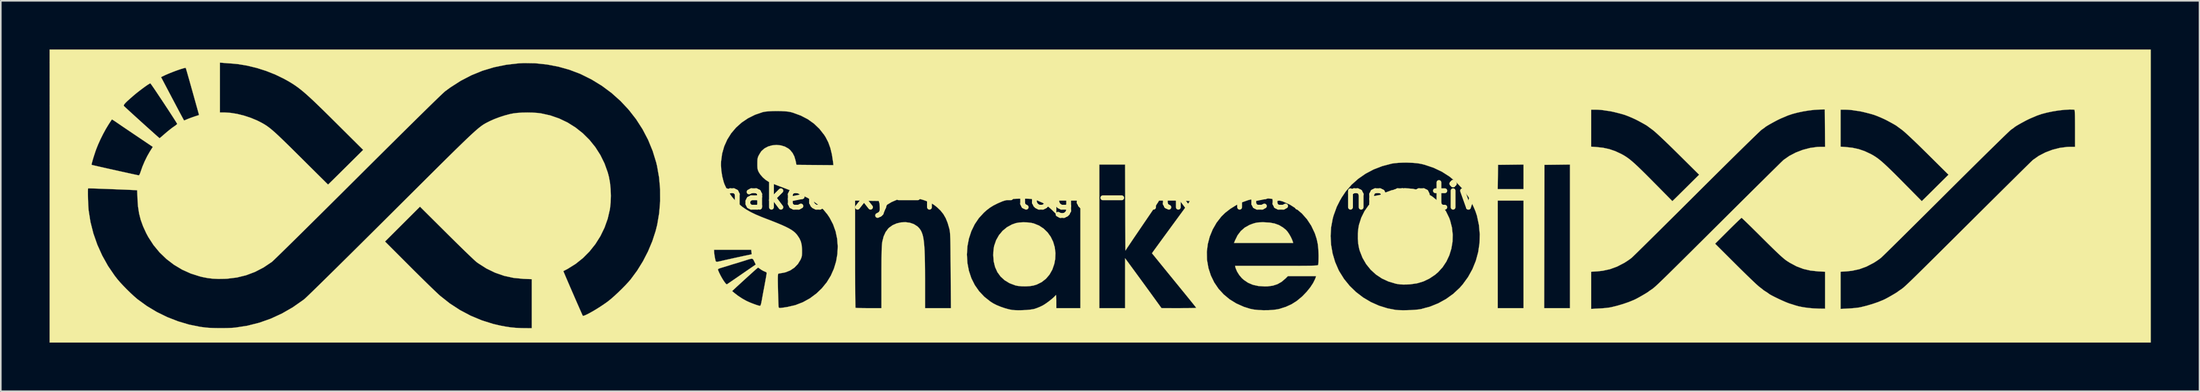
<source format=kicad_pcb>
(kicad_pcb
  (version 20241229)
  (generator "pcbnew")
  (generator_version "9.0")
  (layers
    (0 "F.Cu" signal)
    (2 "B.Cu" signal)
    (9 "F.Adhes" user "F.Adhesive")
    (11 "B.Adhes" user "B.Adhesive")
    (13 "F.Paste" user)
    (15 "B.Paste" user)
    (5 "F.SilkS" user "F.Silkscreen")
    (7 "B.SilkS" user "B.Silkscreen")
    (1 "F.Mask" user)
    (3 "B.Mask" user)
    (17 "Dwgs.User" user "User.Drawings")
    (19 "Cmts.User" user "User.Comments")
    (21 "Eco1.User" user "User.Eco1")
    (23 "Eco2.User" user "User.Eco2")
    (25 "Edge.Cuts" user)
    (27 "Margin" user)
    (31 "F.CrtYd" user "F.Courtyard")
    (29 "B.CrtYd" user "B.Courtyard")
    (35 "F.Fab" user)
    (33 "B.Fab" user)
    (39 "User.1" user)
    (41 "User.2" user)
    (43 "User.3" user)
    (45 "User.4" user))
  (footprint "snakeoilxy-full-logo-silkscreen-negative"
    (layer "F.Cu")
    (at 64.634 9.036)
    (property "Reference" "snakeoilxy-full-logo-silkscreen-negative" (at 0 0 0) (layer "F.SilkS") (effects (font (size 1.524 1.524) (thickness 0.3))))
    (attr through_hole)
    (fp_poly (pts (xy 10.445 1.637) (xy 10.753 1.694) (xy 11.024 1.793) (xy 11.269 1.94) (xy 11.455 2.092) (xy 11.552 2.204) (xy 11.657 2.36) (xy 11.756 2.536) (xy 11.835 2.71) (xy 11.871 2.813) (xy 11.893 2.893) (xy 8.256 2.893) (xy 8.315 2.743) (xy 8.472 2.423) (xy 8.67 2.16) (xy 8.912 1.948) (xy 9.203 1.785) (xy 9.4 1.709) (xy 9.54 1.666) (xy 9.665 1.639) (xy 9.798 1.624) (xy 9.963 1.618) (xy 10.088 1.618) (xy 10.445 1.637)) (stroke (width 0.01) (type solid)) (fill yes) (layer "F.SilkS"))
    (fp_poly (pts (xy -4.462 1.625) (xy -4.221 1.655) (xy -4.069 1.69) (xy -3.748 1.82) (xy -3.465 2.006) (xy -3.223 2.239) (xy -3.025 2.514) (xy -2.876 2.823) (xy -2.778 3.159) (xy -2.735 3.516) (xy -2.75 3.887) (xy -2.807 4.188) (xy -2.927 4.536) (xy -3.099 4.841) (xy -3.317 5.098) (xy -3.579 5.304) (xy -3.88 5.454) (xy -4.096 5.52) (xy -4.312 5.554) (xy -4.562 5.569) (xy -4.818 5.564) (xy -5.054 5.54) (xy -5.209 5.507) (xy -5.56 5.374) (xy -5.862 5.191) (xy -6.112 4.962) (xy -6.309 4.689) (xy -6.451 4.373) (xy -6.536 4.019) (xy -6.562 3.654) (xy -6.555 3.446) (xy -6.535 3.244) (xy -6.507 3.079) (xy -6.505 3.071) (xy -6.385 2.722) (xy -6.209 2.41) (xy -5.983 2.14) (xy -5.712 1.918) (xy -5.402 1.75) (xy -5.168 1.669) (xy -4.963 1.632) (xy -4.718 1.618) (xy -4.462 1.625)) (stroke (width 0.01) (type solid)) (fill yes) (layer "F.SilkS"))
    (fp_poly (pts (xy 19.264 -0.444) (xy 19.678 -0.348) (xy 20.069 -0.194) (xy 20.432 0.015) (xy 20.762 0.277) (xy 21.053 0.588) (xy 21.299 0.946) (xy 21.494 1.346) (xy 21.555 1.515) (xy 21.665 1.947) (xy 21.712 2.385) (xy 21.699 2.82) (xy 21.628 3.247) (xy 21.502 3.655) (xy 21.322 4.038) (xy 21.091 4.388) (xy 20.811 4.696) (xy 20.62 4.858) (xy 20.269 5.093) (xy 19.904 5.266) (xy 19.515 5.382) (xy 19.09 5.443) (xy 18.909 5.453) (xy 18.67 5.457) (xy 18.472 5.446) (xy 18.286 5.419) (xy 18.203 5.402) (xy 17.759 5.27) (xy 17.35 5.08) (xy 16.982 4.834) (xy 16.659 4.537) (xy 16.383 4.193) (xy 16.16 3.805) (xy 15.992 3.377) (xy 15.949 3.222) (xy 15.899 2.947) (xy 15.875 2.632) (xy 15.877 2.304) (xy 15.905 1.99) (xy 15.946 1.768) (xy 16.085 1.334) (xy 16.282 0.935) (xy 16.533 0.577) (xy 16.833 0.263) (xy 17.179 -0.002) (xy 17.566 -0.213) (xy 17.947 -0.354) (xy 18.393 -0.45) (xy 18.834 -0.479) (xy 19.264 -0.444)) (stroke (width 0.01) (type solid)) (fill yes) (layer "F.SilkS"))
    (fp_poly (pts (xy 64.664 9.031) (xy -64.629 9.031) (xy -64.629 -0.189) (xy -62.274 -0.189) (xy -62.272 -0.014) (xy -62.268 0.18) (xy -62.261 0.379) (xy -62.253 0.57) (xy -62.242 0.741) (xy -62.231 0.879) (xy -62.23 0.885) (xy -62.118 1.597) (xy -61.939 2.304) (xy -61.697 2.998) (xy -61.395 3.669) (xy -61.038 4.31) (xy -60.628 4.911) (xy -60.455 5.133) (xy -60.297 5.317) (xy -60.101 5.528) (xy -59.883 5.752) (xy -59.658 5.972) (xy -59.443 6.172) (xy -59.253 6.337) (xy -59.214 6.369) (xy -58.646 6.782) (xy -58.035 7.149) (xy -57.392 7.465) (xy -56.726 7.725) (xy -56.046 7.927) (xy -55.364 8.065) (xy -55.016 8.11) (xy -54.811 8.126) (xy -54.559 8.137) (xy -54.277 8.142) (xy -53.985 8.143) (xy -53.702 8.139) (xy -53.447 8.13) (xy -53.24 8.115) (xy -53.206 8.112) (xy -52.46 7.996) (xy -51.731 7.812) (xy -51.021 7.561) (xy -50.334 7.244) (xy -49.672 6.864) (xy -49.04 6.421) (xy -48.945 6.347) (xy -48.893 6.3) (xy -48.793 6.206) (xy -48.648 6.067) (xy -48.461 5.886) (xy -48.234 5.664) (xy -47.97 5.406) (xy -47.671 5.112) (xy -47.339 4.785) (xy -46.978 4.429) (xy -46.59 4.044) (xy -46.176 3.635) (xy -45.741 3.203) (xy -45.339 2.804) (xy -43.991 2.804) (xy -42.483 4.315) (xy -42.201 4.598) (xy -41.922 4.874) (xy -41.654 5.139) (xy -41.402 5.386) (xy -41.171 5.611) (xy -40.968 5.807) (xy -40.798 5.969) (xy -40.668 6.09) (xy -40.595 6.155) (xy -40.005 6.622) (xy -39.377 7.031) (xy -38.719 7.38) (xy -38.035 7.666) (xy -37.331 7.887) (xy -36.893 7.989) (xy -36.554 8.052) (xy -36.253 8.097) (xy -35.962 8.125) (xy -35.653 8.14) (xy -35.428 8.145) (xy -34.96 8.149) (xy -34.96 5.126) (xy -35.481 5.105) (xy -36.079 5.046) (xy -36.658 4.92) (xy -37.215 4.727) (xy -37.749 4.468) (xy -38.258 4.143) (xy -38.355 4.072) (xy -38.418 4.018) (xy -38.527 3.919) (xy -38.675 3.779) (xy -38.859 3.603) (xy -39.073 3.397) (xy -39.312 3.164) (xy -39.571 2.91) (xy -39.846 2.638) (xy -40.132 2.355) (xy -40.208 2.279) (xy -41.84 0.654) (xy -42.916 1.729) (xy -43.991 2.804) (xy -45.339 2.804) (xy -45.286 2.751) (xy -44.813 2.281) (xy -44.326 1.796) (xy -43.826 1.298) (xy -43.568 1.041) (xy -42.962 0.436) (xy -42.404 -0.12) (xy -41.892 -0.631) (xy -41.422 -1.099) (xy -40.994 -1.525) (xy -40.605 -1.912) (xy -40.252 -2.262) (xy -39.934 -2.576) (xy -39.648 -2.858) (xy -39.391 -3.108) (xy -39.163 -3.33) (xy -38.96 -3.525) (xy -38.78 -3.695) (xy -38.621 -3.843) (xy -38.482 -3.97) (xy -38.358 -4.079) (xy -38.249 -4.172) (xy -38.152 -4.25) (xy -38.065 -4.316) (xy -37.986 -4.373) (xy -37.912 -4.421) (xy -37.841 -4.463) (xy -37.771 -4.502) (xy -37.7 -4.539) (xy -37.625 -4.577) (xy -37.545 -4.617) (xy -37.54 -4.62) (xy -37.267 -4.742) (xy -36.953 -4.861) (xy -36.625 -4.967) (xy -36.309 -5.051) (xy -36.092 -5.095) (xy -35.844 -5.125) (xy -35.549 -5.143) (xy -35.232 -5.149) (xy -34.914 -5.143) (xy -34.619 -5.124) (xy -34.396 -5.097) (xy -33.823 -4.97) (xy -33.275 -4.78) (xy -32.755 -4.531) (xy -32.269 -4.225) (xy -31.82 -3.869) (xy -31.412 -3.464) (xy -31.051 -3.016) (xy -30.74 -2.529) (xy -30.483 -2.006) (xy -30.284 -1.451) (xy -30.211 -1.173) (xy -30.147 -0.822) (xy -30.108 -0.429) (xy -30.095 -0.019) (xy -30.106 0.384) (xy -30.145 0.756) (xy -30.156 0.829) (xy -30.288 1.4) (xy -30.484 1.95) (xy -30.738 2.473) (xy -31.047 2.964) (xy -31.408 3.417) (xy -31.814 3.826) (xy -32.263 4.185) (xy -32.751 4.489) (xy -32.834 4.533) (xy -33.018 4.628) (xy -32.972 4.739) (xy -32.904 4.9) (xy -32.82 5.097) (xy -32.723 5.323) (xy -32.617 5.57) (xy -32.505 5.828) (xy -32.39 6.092) (xy -32.278 6.351) (xy -32.17 6.599) (xy -32.07 6.826) (xy -31.982 7.026) (xy -31.91 7.189) (xy -31.857 7.307) (xy -31.826 7.374) (xy -31.82 7.384) (xy -31.774 7.386) (xy -31.679 7.353) (xy -31.542 7.289) (xy -31.375 7.201) (xy -31.183 7.093) (xy -30.978 6.97) (xy -30.767 6.837) (xy -30.559 6.699) (xy -30.362 6.562) (xy -30.256 6.483) (xy -30.078 6.339) (xy -29.869 6.155) (xy -29.643 5.944) (xy -29.556 5.86) (xy -22.631 5.86) (xy -22.507 5.965) (xy -22.271 6.148) (xy -22.002 6.325) (xy -21.766 6.457) (xy -21.635 6.519) (xy -21.478 6.586) (xy -21.312 6.65) (xy -21.154 6.707) (xy -21.022 6.749) (xy -20.933 6.77) (xy -20.919 6.772) (xy -20.89 6.754) (xy -20.863 6.695) (xy -20.835 6.584) (xy -20.802 6.412) (xy -20.769 6.225) (xy -20.734 6.032) (xy -20.703 5.863) (xy -20.691 5.803) (xy -20.654 5.608) (xy -20.615 5.397) (xy -20.577 5.188) (xy -20.544 5.003) (xy -20.52 4.861) (xy -20.514 4.827) (xy -20.506 4.74) (xy -20.53 4.695) (xy -20.601 4.663) (xy -20.616 4.658) (xy -20.72 4.612) (xy -20.839 4.543) (xy -20.883 4.512) (xy -21.029 4.407) (xy -21.124 4.482) (xy -21.171 4.522) (xy -21.262 4.603) (xy -21.386 4.715) (xy -21.536 4.851) (xy -21.703 5.002) (xy -21.878 5.162) (xy -22.052 5.321) (xy -22.216 5.472) (xy -22.362 5.606) (xy -22.48 5.717) (xy -22.543 5.776) (xy -22.631 5.86) (xy -29.556 5.86) (xy -29.415 5.722) (xy -29.198 5.501) (xy -29.008 5.296) (xy -28.868 5.133) (xy -28.474 4.598) (xy -28.431 4.529) (xy -23.504 4.529) (xy -23.496 4.567) (xy -23.49 4.583) (xy -23.427 4.731) (xy -23.348 4.89) (xy -23.261 5.048) (xy -23.172 5.194) (xy -23.088 5.316) (xy -23.018 5.404) (xy -22.967 5.444) (xy -22.953 5.444) (xy -22.915 5.419) (xy -22.826 5.359) (xy -22.694 5.269) (xy -22.527 5.154) (xy -22.332 5.02) (xy -22.117 4.872) (xy -22.045 4.822) (xy -21.176 4.224) (xy -21.268 4.034) (xy -21.307 3.954) (xy -21.341 3.899) (xy -21.383 3.87) (xy -21.444 3.865) (xy -21.536 3.883) (xy -21.671 3.923) (xy -21.862 3.984) (xy -21.867 3.986) (xy -22.048 4.042) (xy -22.243 4.103) (xy -22.416 4.155) (xy -22.437 4.161) (xy -22.576 4.202) (xy -22.7 4.24) (xy -22.783 4.267) (xy -22.789 4.269) (xy -22.862 4.292) (xy -22.981 4.329) (xy -23.127 4.373) (xy -23.201 4.395) (xy -23.35 4.44) (xy -23.443 4.473) (xy -23.491 4.5) (xy -23.504 4.529) (xy -28.431 4.529) (xy -28.117 4.019) (xy -27.803 3.409) (xy -27.765 3.316) (xy -23.742 3.316) (xy -23.742 3.415) (xy -23.735 3.507) (xy -23.718 3.64) (xy -23.694 3.786) (xy -23.668 3.918) (xy -23.649 3.995) (xy -23.63 4.034) (xy -23.593 4.052) (xy -23.523 4.05) (xy -23.407 4.028) (xy -23.308 4.005) (xy -23.216 3.983) (xy -23.103 3.957) (xy -22.961 3.925) (xy -22.783 3.886) (xy -22.559 3.836) (xy -22.282 3.775) (xy -22.013 3.717) (xy -21.86 3.683) (xy -21.703 3.651) (xy -21.61 3.632) (xy -21.51 3.611) (xy -21.444 3.595) (xy -21.43 3.589) (xy -21.43 3.552) (xy -21.437 3.472) (xy -21.44 3.448) (xy -21.457 3.316) (xy -23.742 3.316) (xy -27.765 3.316) (xy -27.541 2.782) (xy -27.336 2.151) (xy -27.239 1.762) (xy -27.119 1.048) (xy -27.059 0.318) (xy -27.061 -0.416) (xy -27.125 -1.142) (xy -27.249 -1.848) (xy -27.267 -1.923) (xy -23.318 -1.923) (xy -23.297 -1.576) (xy -23.241 -1.216) (xy -23.154 -0.874) (xy -23.109 -0.742) (xy -22.988 -0.479) (xy -22.822 -0.201) (xy -22.626 0.068) (xy -22.437 0.282) (xy -22.221 0.488) (xy -22 0.67) (xy -21.761 0.834) (xy -21.492 0.988) (xy -21.184 1.137) (xy -20.823 1.29) (xy -20.602 1.376) (xy -20.203 1.529) (xy -19.865 1.664) (xy -19.581 1.783) (xy -19.345 1.89) (xy -19.151 1.988) (xy -18.992 2.08) (xy -18.863 2.169) (xy -18.757 2.26) (xy -18.668 2.355) (xy -18.618 2.417) (xy -18.49 2.609) (xy -18.404 2.799) (xy -18.353 3.007) (xy -18.332 3.255) (xy -18.33 3.351) (xy -18.33 3.526) (xy -18.337 3.652) (xy -18.354 3.75) (xy -18.385 3.841) (xy -18.422 3.925) (xy -18.583 4.189) (xy -18.796 4.411) (xy -19.051 4.583) (xy -19.336 4.699) (xy -19.506 4.736) (xy -19.632 4.756) (xy -19.733 4.774) (xy -19.784 4.784) (xy -19.798 4.8) (xy -19.808 4.845) (xy -19.814 4.925) (xy -19.818 5.047) (xy -19.818 5.218) (xy -19.815 5.444) (xy -19.809 5.734) (xy -19.808 5.776) (xy -19.802 6.036) (xy -19.795 6.276) (xy -19.788 6.485) (xy -19.782 6.655) (xy -19.776 6.774) (xy -19.771 6.834) (xy -19.77 6.835) (xy -19.762 6.869) (xy -19.745 6.89) (xy -19.709 6.9) (xy -19.643 6.899) (xy -19.537 6.887) (xy -19.379 6.863) (xy -19.226 6.839) (xy -18.741 6.727) (xy -18.278 6.548) (xy -17.841 6.306) (xy -17.434 6.002) (xy -17.11 5.691) (xy -16.807 5.318) (xy -16.559 4.912) (xy -16.367 4.48) (xy -16.231 4.028) (xy -16.152 3.566) (xy -16.131 3.099) (xy -16.167 2.635) (xy -16.262 2.181) (xy -16.417 1.746) (xy -16.631 1.335) (xy -16.769 1.129) (xy -17.011 0.836) (xy -17.292 0.572) (xy -17.617 0.33) (xy -17.7 0.281) (xy -15.064 0.281) (xy -15.064 3.574) (xy -15.063 4.05) (xy -15.063 4.506) (xy -15.061 4.937) (xy -15.06 5.338) (xy -15.058 5.703) (xy -15.056 6.029) (xy -15.053 6.311) (xy -15.05 6.542) (xy -15.047 6.719) (xy -15.044 6.836) (xy -15.041 6.889) (xy -15.04 6.891) (xy -14.999 6.898) (xy -14.899 6.904) (xy -14.748 6.909) (xy -14.558 6.912) (xy -14.339 6.914) (xy -14.229 6.914) (xy -13.441 6.914) (xy -13.441 5.014) (xy -13.441 4.577) (xy -13.439 4.204) (xy -13.437 3.889) (xy -13.434 3.626) (xy -13.43 3.409) (xy -13.424 3.231) (xy -13.417 3.087) (xy -13.408 2.97) (xy -13.397 2.874) (xy -13.387 2.803) (xy -13.307 2.489) (xy -13.185 2.221) (xy -13.026 2.006) (xy -12.972 1.953) (xy -12.752 1.796) (xy -12.502 1.687) (xy -12.233 1.625) (xy -11.96 1.612) (xy -11.695 1.647) (xy -11.45 1.731) (xy -11.239 1.865) (xy -11.187 1.912) (xy -11.109 1.995) (xy -11.041 2.087) (xy -10.983 2.193) (xy -10.933 2.317) (xy -10.89 2.464) (xy -10.855 2.64) (xy -10.827 2.85) (xy -10.805 3.098) (xy -10.787 3.39) (xy -10.775 3.731) (xy -10.767 4.125) (xy -10.762 4.578) (xy -10.76 5.095) (xy -10.76 5.283) (xy -10.76 6.914) (xy -9.166 6.914) (xy -9.182 4.595) (xy -9.185 4.131) (xy -9.189 3.732) (xy -9.19 3.616) (xy -8.184 3.616) (xy -8.153 4.129) (xy -8.06 4.615) (xy -7.908 5.07) (xy -7.698 5.49) (xy -7.432 5.871) (xy -7.113 6.21) (xy -6.742 6.504) (xy -6.562 6.619) (xy -6.361 6.722) (xy -6.116 6.823) (xy -5.853 6.914) (xy -5.597 6.985) (xy -5.397 7.024) (xy -5.219 7.039) (xy -5 7.044) (xy -4.759 7.04) (xy -4.517 7.026) (xy -4.293 7.005) (xy -4.107 6.976) (xy -4.015 6.955) (xy -3.86 6.901) (xy -3.683 6.828) (xy -3.531 6.755) (xy -3.403 6.679) (xy -3.255 6.578) (xy -3.1 6.463) (xy -2.955 6.345) (xy -2.831 6.237) (xy -2.746 6.148) (xy -2.72 6.113) (xy -2.704 6.106) (xy -2.692 6.152) (xy -2.686 6.257) (xy -2.682 6.425) (xy -2.682 6.482) (xy -2.681 6.914) (xy -1.199 6.914) (xy -1.199 0.282) (xy -2.681 0.282) (xy -2.681 1.12) (xy -2.955 0.848) (xy -3.234 0.603) (xy -3.525 0.416) (xy -3.848 0.275) (xy -3.951 0.241) (xy -4.057 0.21) (xy -4.156 0.188) (xy -4.263 0.174) (xy -4.393 0.165) (xy -4.56 0.161) (xy -4.781 0.16) (xy -4.833 0.16) (xy -5.134 0.165) (xy -5.382 0.18) (xy -5.598 0.21) (xy -5.798 0.258) (xy -6.002 0.328) (xy -6.228 0.424) (xy -6.303 0.458) (xy -6.555 0.585) (xy -6.768 0.718) (xy -6.972 0.874) (xy -7.141 1.026) (xy -7.448 1.36) (xy -7.705 1.741) (xy -7.909 2.161) (xy -8.059 2.616) (xy -8.152 3.097) (xy -8.184 3.6) (xy -8.184 3.616) (xy -9.19 3.616) (xy -9.192 3.392) (xy -9.195 3.105) (xy -9.199 2.867) (xy -9.203 2.67) (xy -9.209 2.511) (xy -9.215 2.382) (xy -9.222 2.278) (xy -9.231 2.194) (xy -9.241 2.124) (xy -9.253 2.062) (xy -9.267 2.002) (xy -9.27 1.993) (xy -9.37 1.65) (xy -9.487 1.362) (xy -9.629 1.116) (xy -9.803 0.897) (xy -10.018 0.692) (xy -10.044 0.67) (xy -10.21 0.542) (xy -10.376 0.44) (xy -10.565 0.351) (xy -10.798 0.264) (xy -10.813 0.259) (xy -10.922 0.223) (xy -11.017 0.198) (xy -11.114 0.18) (xy -11.227 0.17) (xy -11.372 0.165) (xy -11.565 0.163) (xy -11.695 0.163) (xy -11.927 0.164) (xy -12.102 0.169) (xy -12.236 0.177) (xy -12.341 0.192) (xy -12.432 0.213) (xy -12.506 0.236) (xy -12.814 0.367) (xy -13.113 0.546) (xy -13.315 0.696) (xy -13.544 0.878) (xy -13.554 0.589) (xy -13.564 0.3) (xy -15.064 0.281) (xy -17.7 0.281) (xy -17.994 0.107) (xy -18.429 -0.102) (xy -18.79 -0.25) (xy -18.961 -0.316) (xy -19.125 -0.379) (xy -19.26 -0.431) (xy -19.332 -0.459) (xy -19.432 -0.497) (xy -19.576 -0.552) (xy -19.743 -0.615) (xy -19.862 -0.661) (xy -20.031 -0.727) (xy -20.192 -0.793) (xy -20.324 -0.85) (xy -20.388 -0.88) (xy -20.566 -0.996) (xy -20.744 -1.152) (xy -20.896 -1.327) (xy -20.985 -1.463) (xy -21.029 -1.555) (xy -21.057 -1.64) (xy -21.072 -1.739) (xy -21.078 -1.875) (xy -21.078 -1.993) (xy -21.076 -2.162) (xy -21.068 -2.282) (xy -21.05 -2.372) (xy -21.017 -2.455) (xy -20.983 -2.522) (xy -20.917 -2.635) (xy -20.854 -2.733) (xy -20.824 -2.773) (xy -20.639 -2.937) (xy -20.415 -3.055) (xy -20.164 -3.126) (xy -19.901 -3.149) (xy -19.638 -3.124) (xy -19.39 -3.05) (xy -19.169 -2.927) (xy -19.059 -2.833) (xy -18.912 -2.654) (xy -18.804 -2.444) (xy -18.728 -2.186) (xy -18.718 -2.141) (xy -18.673 -1.923) (xy -17.535 -1.913) (xy -16.396 -1.904) (xy -16.4 -1.94) (xy -0.035 -1.94) (xy -0.035 6.914) (xy 1.552 6.914) (xy 1.552 3.838) (xy 1.718 4.062) (xy 1.824 4.207) (xy 1.965 4.399) (xy 2.132 4.627) (xy 2.318 4.882) (xy 2.516 5.153) (xy 2.718 5.43) (xy 2.916 5.703) (xy 3.104 5.961) (xy 3.273 6.195) (xy 3.366 6.323) (xy 3.792 6.913) (xy 4.86 6.914) (xy 5.126 6.913) (xy 5.368 6.912) (xy 5.577 6.909) (xy 5.745 6.906) (xy 5.862 6.902) (xy 5.921 6.897) (xy 5.927 6.895) (xy 5.922 6.885) (xy 5.908 6.863) (xy 5.879 6.824) (xy 5.832 6.765) (xy 5.765 6.68) (xy 5.674 6.567) (xy 5.556 6.42) (xy 5.407 6.236) (xy 5.224 6.01) (xy 5.003 5.739) (xy 4.742 5.418) (xy 4.693 5.358) (xy 4.514 5.138) (xy 4.307 4.884) (xy 4.091 4.618) (xy 3.882 4.361) (xy 3.711 4.15) (xy 3.206 3.528) (xy 3.273 3.432) (xy 6.581 3.432) (xy 6.59 3.904) (xy 6.594 3.951) (xy 6.68 4.442) (xy 6.829 4.902) (xy 7.036 5.328) (xy 7.299 5.717) (xy 7.616 6.064) (xy 7.982 6.368) (xy 8.396 6.624) (xy 8.855 6.829) (xy 9.243 6.952) (xy 9.48 6.999) (xy 9.763 7.029) (xy 10.071 7.042) (xy 10.384 7.039) (xy 10.681 7.019) (xy 10.941 6.982) (xy 11.06 6.955) (xy 11.452 6.829) (xy 11.795 6.672) (xy 12.109 6.474) (xy 12.411 6.225) (xy 12.482 6.159) (xy 12.732 5.897) (xy 12.949 5.628) (xy 13.122 5.364) (xy 13.245 5.115) (xy 13.28 5.018) (xy 13.304 4.939) (xy 11.568 4.939) (xy 11.42 5.086) (xy 11.181 5.289) (xy 10.925 5.434) (xy 10.642 5.526) (xy 10.319 5.569) (xy 10.147 5.573) (xy 9.76 5.548) (xy 9.419 5.474) (xy 9.119 5.347) (xy 8.854 5.167) (xy 8.729 5.053) (xy 8.575 4.869) (xy 8.446 4.662) (xy 8.358 4.457) (xy 8.342 4.401) (xy 8.318 4.304) (xy 10.863 4.304) (xy 11.349 4.304) (xy 11.769 4.303) (xy 12.128 4.303) (xy 12.431 4.302) (xy 12.682 4.3) (xy 12.888 4.298) (xy 13.051 4.294) (xy 13.178 4.29) (xy 13.273 4.285) (xy 13.34 4.279) (xy 13.385 4.271) (xy 13.413 4.262) (xy 13.427 4.252) (xy 13.433 4.242) (xy 13.442 4.186) (xy 13.449 4.074) (xy 13.454 3.92) (xy 13.457 3.737) (xy 13.457 3.651) (xy 13.444 3.28) (xy 13.408 2.953) (xy 13.343 2.65) (xy 13.284 2.466) (xy 14.197 2.466) (xy 14.228 3.01) (xy 14.321 3.547) (xy 14.475 4.067) (xy 14.687 4.559) (xy 14.733 4.646) (xy 15.024 5.113) (xy 15.371 5.54) (xy 15.766 5.923) (xy 16.203 6.257) (xy 16.678 6.539) (xy 17.183 6.764) (xy 17.714 6.928) (xy 18.203 7.021) (xy 18.383 7.036) (xy 18.61 7.042) (xy 18.866 7.041) (xy 19.13 7.032) (xy 19.383 7.016) (xy 19.605 6.994) (xy 19.773 6.968) (xy 20.314 6.82) (xy 20.827 6.612) (xy 21.306 6.347) (xy 21.746 6.03) (xy 22.139 5.663) (xy 22.323 5.455) (xy 22.655 4.998) (xy 22.926 4.509) (xy 23.135 3.994) (xy 23.28 3.459) (xy 23.361 2.909) (xy 23.377 2.35) (xy 23.326 1.787) (xy 23.207 1.226) (xy 23.19 1.169) (xy 23.116 0.949) (xy 23.012 0.697) (xy 22.891 0.437) (xy 22.81 0.282) (xy 24.483 0.282) (xy 24.483 6.914) (xy 26.07 6.914) (xy 27.34 6.914) (xy 28.928 6.914) (xy 28.928 4.667) (xy 30.233 4.667) (xy 30.233 6.96) (xy 30.718 6.935) (xy 30.923 6.922) (xy 31.128 6.903) (xy 31.309 6.881) (xy 31.444 6.859) (xy 31.45 6.858) (xy 31.819 6.768) (xy 32.19 6.659) (xy 32.541 6.538) (xy 32.852 6.411) (xy 32.949 6.366) (xy 33.048 6.315) (xy 33.177 6.245) (xy 33.32 6.164) (xy 33.464 6.08) (xy 33.594 6.003) (xy 33.695 5.94) (xy 33.754 5.9) (xy 33.761 5.893) (xy 33.799 5.864) (xy 33.875 5.811) (xy 33.924 5.779) (xy 33.96 5.755) (xy 33.998 5.728) (xy 34.039 5.697) (xy 34.087 5.658) (xy 34.143 5.61) (xy 34.211 5.55) (xy 34.292 5.475) (xy 34.389 5.384) (xy 34.505 5.273) (xy 34.642 5.141) (xy 34.802 4.985) (xy 34.988 4.803) (xy 35.201 4.592) (xy 35.446 4.35) (xy 35.724 4.075) (xy 36.037 3.764) (xy 36.388 3.416) (xy 36.779 3.026) (xy 36.867 2.939) (xy 37.859 2.939) (xy 39.1 4.178) (xy 39.352 4.429) (xy 39.597 4.67) (xy 39.828 4.896) (xy 40.039 5.1) (xy 40.224 5.277) (xy 40.378 5.422) (xy 40.495 5.527) (xy 40.567 5.589) (xy 40.569 5.591) (xy 40.678 5.674) (xy 40.764 5.741) (xy 40.812 5.781) (xy 40.816 5.786) (xy 40.855 5.815) (xy 40.932 5.866) (xy 40.975 5.892) (xy 41.07 5.953) (xy 41.143 6.005) (xy 41.16 6.02) (xy 41.221 6.062) (xy 41.333 6.125) (xy 41.483 6.203) (xy 41.659 6.29) (xy 41.846 6.379) (xy 42.033 6.464) (xy 42.205 6.539) (xy 42.35 6.597) (xy 42.439 6.629) (xy 42.579 6.672) (xy 42.702 6.711) (xy 42.785 6.738) (xy 42.792 6.741) (xy 43.006 6.801) (xy 43.274 6.854) (xy 43.578 6.897) (xy 43.902 6.928) (xy 44.229 6.944) (xy 44.282 6.945) (xy 44.626 6.95) (xy 44.626 4.668) (xy 44.617 4.667) (xy 45.579 4.667) (xy 45.579 6.96) (xy 46.064 6.935) (xy 46.269 6.922) (xy 46.473 6.903) (xy 46.655 6.881) (xy 46.79 6.859) (xy 46.796 6.858) (xy 47.164 6.768) (xy 47.535 6.659) (xy 47.887 6.538) (xy 48.198 6.411) (xy 48.295 6.366) (xy 48.394 6.315) (xy 48.523 6.245) (xy 48.666 6.164) (xy 48.81 6.08) (xy 48.94 6.003) (xy 49.041 5.94) (xy 49.1 5.9) (xy 49.107 5.893) (xy 49.144 5.864) (xy 49.221 5.811) (xy 49.27 5.779) (xy 49.306 5.755) (xy 49.344 5.728) (xy 49.385 5.697) (xy 49.433 5.658) (xy 49.489 5.61) (xy 49.557 5.55) (xy 49.638 5.475) (xy 49.735 5.384) (xy 49.851 5.273) (xy 49.988 5.141) (xy 50.148 4.985) (xy 50.333 4.803) (xy 50.547 4.592) (xy 50.792 4.35) (xy 51.069 4.075) (xy 51.383 3.764) (xy 51.733 3.416) (xy 52.125 3.026) (xy 52.559 2.595) (xy 53.038 2.117) (xy 53.552 1.606) (xy 53.983 1.176) (xy 54.401 0.76) (xy 54.804 0.359) (xy 55.189 -0.023) (xy 55.553 -0.385) (xy 55.893 -0.722) (xy 56.206 -1.032) (xy 56.489 -1.313) (xy 56.74 -1.562) (xy 56.956 -1.775) (xy 57.134 -1.95) (xy 57.271 -2.085) (xy 57.364 -2.175) (xy 57.411 -2.22) (xy 57.415 -2.223) (xy 57.774 -2.475) (xy 58.18 -2.686) (xy 58.617 -2.853) (xy 59.069 -2.968) (xy 59.521 -3.027) (xy 59.726 -3.034) (xy 60.008 -3.034) (xy 60.008 -4.18) (xy 60.007 -4.51) (xy 60.005 -4.774) (xy 60.002 -4.98) (xy 59.996 -5.132) (xy 59.989 -5.237) (xy 59.98 -5.3) (xy 59.968 -5.328) (xy 59.963 -5.33) (xy 59.679 -5.335) (xy 59.35 -5.315) (xy 58.997 -5.276) (xy 58.636 -5.218) (xy 58.287 -5.146) (xy 57.966 -5.062) (xy 57.692 -4.969) (xy 57.626 -4.942) (xy 57.562 -4.914) (xy 57.453 -4.868) (xy 57.319 -4.812) (xy 57.278 -4.795) (xy 57.165 -4.743) (xy 57.021 -4.672) (xy 56.861 -4.587) (xy 56.696 -4.497) (xy 56.541 -4.41) (xy 56.409 -4.332) (xy 56.314 -4.271) (xy 56.268 -4.234) (xy 56.268 -4.234) (xy 56.231 -4.204) (xy 56.154 -4.148) (xy 56.074 -4.094) (xy 56.029 -4.056) (xy 55.937 -3.97) (xy 55.802 -3.841) (xy 55.624 -3.67) (xy 55.409 -3.46) (xy 55.158 -3.215) (xy 54.874 -2.936) (xy 54.56 -2.628) (xy 54.22 -2.292) (xy 53.855 -1.931) (xy 53.469 -1.548) (xy 53.065 -1.147) (xy 52.645 -0.729) (xy 52.212 -0.298) (xy 52.07 -0.156) (xy 51.634 0.279) (xy 51.209 0.702) (xy 50.8 1.11) (xy 50.407 1.5) (xy 50.035 1.87) (xy 49.686 2.216) (xy 49.364 2.536) (xy 49.07 2.827) (xy 48.808 3.086) (xy 48.58 3.31) (xy 48.391 3.497) (xy 48.241 3.643) (xy 48.135 3.745) (xy 48.075 3.802) (xy 48.066 3.81) (xy 47.951 3.898) (xy 47.801 4.001) (xy 47.646 4.101) (xy 47.607 4.124) (xy 47.173 4.35) (xy 46.735 4.51) (xy 46.279 4.609) (xy 45.957 4.643) (xy 45.579 4.667) (xy 44.617 4.667) (xy 44.194 4.644) (xy 43.723 4.594) (xy 43.286 4.492) (xy 42.869 4.334) (xy 42.458 4.114) (xy 42.268 3.993) (xy 42.178 3.928) (xy 42.07 3.84) (xy 41.939 3.726) (xy 41.782 3.582) (xy 41.593 3.403) (xy 41.37 3.187) (xy 41.106 2.927) (xy 40.799 2.622) (xy 40.744 2.567) (xy 40.501 2.324) (xy 40.272 2.098) (xy 40.064 1.892) (xy 39.88 1.712) (xy 39.726 1.562) (xy 39.606 1.447) (xy 39.525 1.372) (xy 39.489 1.341) (xy 39.488 1.341) (xy 39.457 1.365) (xy 39.382 1.433) (xy 39.27 1.539) (xy 39.127 1.678) (xy 38.958 1.843) (xy 38.771 2.028) (xy 38.659 2.14) (xy 37.859 2.939) (xy 36.867 2.939) (xy 37.213 2.595) (xy 37.692 2.117) (xy 38.206 1.606) (xy 38.637 1.176) (xy 39.055 0.76) (xy 39.458 0.359) (xy 39.843 -0.023) (xy 40.207 -0.385) (xy 40.547 -0.722) (xy 40.86 -1.032) (xy 41.143 -1.313) (xy 41.395 -1.562) (xy 41.611 -1.775) (xy 41.788 -1.95) (xy 41.925 -2.085) (xy 42.019 -2.175) (xy 42.065 -2.22) (xy 42.069 -2.223) (xy 42.423 -2.471) (xy 42.824 -2.681) (xy 43.255 -2.847) (xy 43.7 -2.964) (xy 44.143 -3.026) (xy 44.363 -3.034) (xy 44.627 -3.034) (xy 44.627 -3.043) (xy 45.579 -3.043) (xy 45.888 -3.022) (xy 46.308 -2.976) (xy 46.689 -2.894) (xy 47.054 -2.77) (xy 47.426 -2.596) (xy 47.443 -2.587) (xy 47.573 -2.516) (xy 47.698 -2.439) (xy 47.825 -2.353) (xy 47.959 -2.252) (xy 48.105 -2.131) (xy 48.269 -1.986) (xy 48.456 -1.812) (xy 48.671 -1.604) (xy 48.921 -1.358) (xy 49.21 -1.068) (xy 49.424 -0.851) (xy 49.657 -0.615) (xy 49.875 -0.395) (xy 50.072 -0.195) (xy 50.243 -0.022) (xy 50.384 0.121) (xy 50.49 0.228) (xy 50.555 0.294) (xy 50.576 0.314) (xy 50.601 0.291) (xy 50.67 0.224) (xy 50.778 0.119) (xy 50.917 -0.019) (xy 51.084 -0.184) (xy 51.271 -0.369) (xy 51.401 -0.499) (xy 52.223 -1.315) (xy 50.938 -2.59) (xy 50.622 -2.902) (xy 50.331 -3.187) (xy 50.067 -3.44) (xy 49.836 -3.659) (xy 49.64 -3.84) (xy 49.485 -3.978) (xy 49.373 -4.07) (xy 49.354 -4.085) (xy 49.226 -4.179) (xy 49.118 -4.258) (xy 49.044 -4.313) (xy 49.018 -4.332) (xy 48.966 -4.366) (xy 48.868 -4.423) (xy 48.74 -4.495) (xy 48.598 -4.572) (xy 48.461 -4.646) (xy 48.343 -4.707) (xy 48.278 -4.739) (xy 48.056 -4.839) (xy 47.848 -4.926) (xy 47.672 -4.993) (xy 47.607 -5.014) (xy 47.456 -5.059) (xy 47.279 -5.106) (xy 47.094 -5.153) (xy 46.921 -5.194) (xy 46.779 -5.224) (xy 46.69 -5.239) (xy 46.574 -5.254) (xy 46.429 -5.276) (xy 46.337 -5.291) (xy 46.19 -5.309) (xy 46.012 -5.322) (xy 45.852 -5.327) (xy 45.579 -5.327) (xy 45.579 -3.043) (xy 44.627 -3.043) (xy 44.618 -4.187) (xy 44.609 -5.34) (xy 44.298 -5.333) (xy 43.977 -5.315) (xy 43.631 -5.275) (xy 43.278 -5.217) (xy 42.935 -5.145) (xy 42.621 -5.062) (xy 42.353 -4.972) (xy 42.28 -4.942) (xy 42.216 -4.914) (xy 42.107 -4.868) (xy 41.973 -4.812) (xy 41.932 -4.795) (xy 41.819 -4.743) (xy 41.675 -4.672) (xy 41.515 -4.587) (xy 41.35 -4.497) (xy 41.195 -4.41) (xy 41.064 -4.332) (xy 40.968 -4.271) (xy 40.922 -4.234) (xy 40.922 -4.234) (xy 40.885 -4.204) (xy 40.808 -4.148) (xy 40.728 -4.094) (xy 40.683 -4.056) (xy 40.592 -3.97) (xy 40.456 -3.841) (xy 40.279 -3.67) (xy 40.063 -3.46) (xy 39.812 -3.215) (xy 39.528 -2.936) (xy 39.214 -2.628) (xy 38.874 -2.292) (xy 38.509 -1.931) (xy 38.123 -1.548) (xy 37.719 -1.147) (xy 37.299 -0.729) (xy 36.866 -0.298) (xy 36.724 -0.156) (xy 36.288 0.279) (xy 35.864 0.702) (xy 35.454 1.11) (xy 35.061 1.5) (xy 34.689 1.87) (xy 34.341 2.216) (xy 34.018 2.536) (xy 33.724 2.827) (xy 33.462 3.086) (xy 33.235 3.31) (xy 33.045 3.497) (xy 32.895 3.643) (xy 32.789 3.745) (xy 32.729 3.802) (xy 32.72 3.81) (xy 32.605 3.898) (xy 32.456 4.001) (xy 32.3 4.101) (xy 32.262 4.124) (xy 31.827 4.35) (xy 31.389 4.51) (xy 30.933 4.609) (xy 30.612 4.643) (xy 30.233 4.667) (xy 28.928 4.667) (xy 28.928 -1.942) (xy 28.143 -1.932) (xy 27.358 -1.923) (xy 27.349 2.496) (xy 27.34 6.914) (xy 26.07 6.914) (xy 26.07 0.282) (xy 24.483 0.282) (xy 22.81 0.282) (xy 22.765 0.196) (xy 22.668 0.035) (xy 22.333 -0.423) (xy 24.481 -0.423) (xy 26.07 -0.423) (xy 26.07 -1.942) (xy 25.285 -1.932) (xy 24.5 -1.923) (xy 24.491 -1.173) (xy 24.481 -0.423) (xy 22.333 -0.423) (xy 22.325 -0.434) (xy 21.94 -0.847) (xy 21.512 -1.204) (xy 21.043 -1.503) (xy 20.532 -1.745) (xy 19.981 -1.93) (xy 19.777 -1.981) (xy 19.552 -2.02) (xy 19.278 -2.046) (xy 18.975 -2.059) (xy 18.664 -2.06) (xy 18.366 -2.047) (xy 18.101 -2.022) (xy 17.956 -1.998) (xy 17.381 -1.847) (xy 16.844 -1.64) (xy 16.348 -1.377) (xy 15.896 -1.063) (xy 15.489 -0.7) (xy 15.132 -0.289) (xy 14.827 0.166) (xy 14.576 0.663) (xy 14.381 1.2) (xy 14.326 1.402) (xy 14.229 1.927) (xy 14.197 2.466) (xy 13.284 2.466) (xy 13.246 2.348) (xy 13.214 2.264) (xy 13.006 1.826) (xy 12.745 1.429) (xy 12.435 1.078) (xy 12.082 0.776) (xy 11.69 0.528) (xy 11.265 0.337) (xy 10.812 0.208) (xy 10.617 0.174) (xy 10.38 0.152) (xy 10.106 0.145) (xy 9.819 0.154) (xy 9.54 0.177) (xy 9.291 0.213) (xy 9.137 0.248) (xy 8.759 0.382) (xy 8.382 0.565) (xy 8.025 0.787) (xy 7.704 1.037) (xy 7.473 1.264) (xy 7.18 1.641) (xy 6.942 2.056) (xy 6.76 2.499) (xy 6.639 2.961) (xy 6.581 3.432) (xy 3.273 3.432) (xy 3.286 3.413) (xy 3.333 3.347) (xy 3.421 3.226) (xy 3.547 3.053) (xy 3.71 2.829) (xy 3.909 2.555) (xy 4.143 2.236) (xy 4.409 1.871) (xy 4.707 1.464) (xy 5.011 1.049) (xy 5.153 0.854) (xy 5.28 0.678) (xy 5.388 0.527) (xy 5.47 0.411) (xy 5.52 0.338) (xy 5.533 0.317) (xy 5.502 0.306) (xy 5.404 0.297) (xy 5.242 0.29) (xy 5.018 0.285) (xy 4.737 0.282) (xy 4.593 0.282) (xy 3.641 0.282) (xy 3.571 0.397) (xy 3.534 0.454) (xy 3.462 0.561) (xy 3.362 0.711) (xy 3.239 0.894) (xy 3.098 1.102) (xy 2.944 1.328) (xy 2.876 1.429) (xy 2.701 1.685) (xy 2.521 1.951) (xy 2.344 2.212) (xy 2.178 2.456) (xy 2.034 2.669) (xy 1.92 2.839) (xy 1.91 2.854) (xy 1.57 3.361) (xy 1.561 0.71) (xy 1.552 -1.94) (xy -0.035 -1.94) (xy -16.4 -1.94) (xy -16.42 -2.107) (xy -16.489 -2.56) (xy -16.585 -2.957) (xy -16.616 -3.043) (xy 30.233 -3.043) (xy 30.542 -3.022) (xy 30.963 -2.976) (xy 31.343 -2.894) (xy 31.708 -2.77) (xy 32.081 -2.596) (xy 32.097 -2.587) (xy 32.227 -2.516) (xy 32.352 -2.439) (xy 32.479 -2.353) (xy 32.613 -2.252) (xy 32.759 -2.131) (xy 32.923 -1.986) (xy 33.11 -1.812) (xy 33.325 -1.604) (xy 33.575 -1.358) (xy 33.864 -1.068) (xy 34.078 -0.851) (xy 34.312 -0.615) (xy 34.529 -0.395) (xy 34.726 -0.195) (xy 34.897 -0.022) (xy 35.038 0.121) (xy 35.144 0.228) (xy 35.209 0.294) (xy 35.23 0.314) (xy 35.255 0.291) (xy 35.324 0.224) (xy 35.432 0.119) (xy 35.572 -0.019) (xy 35.738 -0.184) (xy 35.925 -0.369) (xy 36.056 -0.499) (xy 36.877 -1.315) (xy 35.592 -2.59) (xy 35.276 -2.902) (xy 34.985 -3.187) (xy 34.721 -3.44) (xy 34.49 -3.659) (xy 34.294 -3.84) (xy 34.139 -3.978) (xy 34.028 -4.07) (xy 34.008 -4.085) (xy 33.88 -4.179) (xy 33.772 -4.258) (xy 33.698 -4.313) (xy 33.673 -4.332) (xy 33.62 -4.366) (xy 33.522 -4.423) (xy 33.394 -4.495) (xy 33.253 -4.572) (xy 33.115 -4.646) (xy 32.997 -4.707) (xy 32.932 -4.739) (xy 32.711 -4.839) (xy 32.502 -4.926) (xy 32.326 -4.993) (xy 32.262 -5.014) (xy 32.11 -5.059) (xy 31.933 -5.106) (xy 31.748 -5.153) (xy 31.575 -5.194) (xy 31.433 -5.224) (xy 31.344 -5.239) (xy 31.228 -5.254) (xy 31.083 -5.276) (xy 30.992 -5.291) (xy 30.844 -5.309) (xy 30.666 -5.322) (xy 30.506 -5.327) (xy 30.233 -5.327) (xy 30.233 -3.043) (xy -16.616 -3.043) (xy -16.711 -3.308) (xy -16.872 -3.623) (xy -16.963 -3.767) (xy -17.256 -4.141) (xy -17.591 -4.463) (xy -17.97 -4.735) (xy -18.399 -4.958) (xy -18.878 -5.135) (xy -19.015 -5.174) (xy -19.17 -5.204) (xy -19.378 -5.225) (xy -19.62 -5.237) (xy -19.88 -5.242) (xy -20.14 -5.237) (xy -20.383 -5.225) (xy -20.591 -5.204) (xy -20.743 -5.175) (xy -21.218 -5.013) (xy -21.653 -4.796) (xy -22.045 -4.531) (xy -22.392 -4.22) (xy -22.689 -3.869) (xy -22.932 -3.481) (xy -23.12 -3.061) (xy -23.247 -2.614) (xy -23.31 -2.143) (xy -23.318 -1.923) (xy -27.267 -1.923) (xy -27.301 -2.068) (xy -27.52 -2.781) (xy -27.801 -3.467) (xy -28.143 -4.121) (xy -28.541 -4.74) (xy -28.994 -5.321) (xy -29.498 -5.86) (xy -30.049 -6.354) (xy -30.646 -6.798) (xy -31.284 -7.189) (xy -31.96 -7.525) (xy -31.997 -7.541) (xy -32.646 -7.787) (xy -33.328 -7.978) (xy -34.03 -8.111) (xy -34.737 -8.186) (xy -35.438 -8.198) (xy -35.764 -8.182) (xy -36.537 -8.093) (xy -37.279 -7.941) (xy -37.992 -7.726) (xy -38.678 -7.446) (xy -39.342 -7.1) (xy -39.984 -6.687) (xy -40.287 -6.464) (xy -40.349 -6.41) (xy -40.458 -6.309) (xy -40.615 -6.16) (xy -40.817 -5.965) (xy -41.063 -5.726) (xy -41.352 -5.443) (xy -41.682 -5.119) (xy -42.052 -4.755) (xy -42.46 -4.352) (xy -42.905 -3.912) (xy -43.385 -3.435) (xy -43.9 -2.924) (xy -44.447 -2.38) (xy -45.026 -1.804) (xy -45.634 -1.197) (xy -45.667 -1.164) (xy -46.17 -0.663) (xy -46.661 -0.173) (xy -47.139 0.302) (xy -47.599 0.76) (xy -48.041 1.199) (xy -48.462 1.616) (xy -48.858 2.009) (xy -49.228 2.375) (xy -49.569 2.712) (xy -49.879 3.017) (xy -50.155 3.288) (xy -50.395 3.523) (xy -50.596 3.719) (xy -50.756 3.874) (xy -50.872 3.985) (xy -50.942 4.05) (xy -50.959 4.064) (xy -51.467 4.405) (xy -51.991 4.677) (xy -52.536 4.883) (xy -53.102 5.022) (xy -53.693 5.095) (xy -53.869 5.104) (xy -54.249 5.11) (xy -54.585 5.095) (xy -54.903 5.057) (xy -55.228 4.994) (xy -55.386 4.955) (xy -55.946 4.777) (xy -56.479 4.536) (xy -56.98 4.235) (xy -57.443 3.881) (xy -57.864 3.475) (xy -58.237 3.023) (xy -58.557 2.529) (xy -58.684 2.293) (xy -58.879 1.869) (xy -59.024 1.468) (xy -59.126 1.067) (xy -59.19 0.645) (xy -59.221 0.203) (xy -59.228 0.013) (xy -59.235 -0.149) (xy -59.24 -0.272) (xy -59.244 -0.344) (xy -59.245 -0.357) (xy -59.281 -0.361) (xy -59.378 -0.366) (xy -59.528 -0.373) (xy -59.722 -0.382) (xy -59.951 -0.392) (xy -60.207 -0.402) (xy -60.479 -0.413) (xy -60.761 -0.424) (xy -61.042 -0.435) (xy -61.314 -0.445) (xy -61.568 -0.454) (xy -61.796 -0.462) (xy -61.988 -0.468) (xy -62.135 -0.472) (xy -62.229 -0.474) (xy -62.261 -0.473) (xy -62.269 -0.432) (xy -62.273 -0.333) (xy -62.274 -0.189) (xy -64.629 -0.189) (xy -64.629 -1.926) (xy -62.049 -1.926) (xy -62.048 -1.923) (xy -62.012 -1.913) (xy -61.916 -1.89) (xy -61.769 -1.856) (xy -61.579 -1.812) (xy -61.355 -1.762) (xy -61.106 -1.705) (xy -60.84 -1.646) (xy -60.566 -1.585) (xy -60.293 -1.524) (xy -60.029 -1.466) (xy -59.784 -1.412) (xy -59.566 -1.364) (xy -59.383 -1.324) (xy -59.245 -1.295) (xy -59.16 -1.278) (xy -59.138 -1.274) (xy -59.109 -1.303) (xy -59.069 -1.384) (xy -59.027 -1.501) (xy -59.02 -1.524) (xy -58.916 -1.821) (xy -58.78 -2.141) (xy -58.626 -2.455) (xy -58.468 -2.733) (xy -58.462 -2.742) (xy -58.28 -3.031) (xy -59.258 -3.691) (xy -59.507 -3.859) (xy -59.749 -4.023) (xy -59.977 -4.177) (xy -60.179 -4.314) (xy -60.346 -4.429) (xy -60.47 -4.513) (xy -60.512 -4.543) (xy -60.632 -4.624) (xy -60.728 -4.686) (xy -60.787 -4.719) (xy -60.799 -4.722) (xy -60.822 -4.689) (xy -60.875 -4.61) (xy -60.948 -4.498) (xy -61.008 -4.405) (xy -61.169 -4.139) (xy -61.337 -3.83) (xy -61.5 -3.503) (xy -61.645 -3.182) (xy -61.75 -2.921) (xy -61.811 -2.752) (xy -61.871 -2.57) (xy -61.929 -2.389) (xy -61.979 -2.222) (xy -62.018 -2.08) (xy -62.043 -1.977) (xy -62.049 -1.926) (xy -64.629 -1.926) (xy -64.629 -5.577) (xy -60.068 -5.577) (xy -60.06 -5.553) (xy -60.029 -5.522) (xy -59.953 -5.45) (xy -59.839 -5.344) (xy -59.692 -5.209) (xy -59.52 -5.052) (xy -59.329 -4.878) (xy -59.127 -4.694) (xy -58.919 -4.506) (xy -58.713 -4.319) (xy -58.514 -4.141) (xy -58.33 -3.976) (xy -58.168 -3.83) (xy -58.034 -3.711) (xy -57.934 -3.623) (xy -57.876 -3.574) (xy -57.863 -3.565) (xy -57.835 -3.586) (xy -57.764 -3.645) (xy -57.662 -3.733) (xy -57.539 -3.841) (xy -57.537 -3.842) (xy -57.386 -3.971) (xy -57.228 -4.099) (xy -57.084 -4.21) (xy -57 -4.269) (xy -56.894 -4.343) (xy -56.816 -4.405) (xy -56.78 -4.442) (xy -56.78 -4.445) (xy -56.798 -4.482) (xy -56.851 -4.57) (xy -56.933 -4.7) (xy -57.04 -4.867) (xy -57.166 -5.062) (xy -57.306 -5.278) (xy -57.457 -5.507) (xy -57.611 -5.742) (xy -57.766 -5.976) (xy -57.916 -6.201) (xy -58.055 -6.41) (xy -58.18 -6.595) (xy -58.285 -6.748) (xy -58.365 -6.863) (xy -58.416 -6.932) (xy -58.432 -6.95) (xy -58.482 -6.929) (xy -58.577 -6.871) (xy -58.706 -6.783) (xy -58.858 -6.673) (xy -59.024 -6.549) (xy -59.193 -6.418) (xy -59.355 -6.288) (xy -59.469 -6.191) (xy -59.676 -6.011) (xy -59.834 -5.869) (xy -59.946 -5.76) (xy -60.019 -5.679) (xy -60.058 -5.619) (xy -60.068 -5.577) (xy -64.629 -5.577) (xy -64.629 -7.334) (xy -57.775 -7.334) (xy -57.071 -5.995) (xy -56.922 -5.713) (xy -56.784 -5.451) (xy -56.659 -5.215) (xy -56.551 -5.013) (xy -56.463 -4.85) (xy -56.4 -4.733) (xy -56.363 -4.668) (xy -56.356 -4.657) (xy -56.32 -4.67) (xy -56.24 -4.703) (xy -56.174 -4.732) (xy -56.056 -4.78) (xy -55.901 -4.837) (xy -55.741 -4.893) (xy -55.719 -4.901) (xy -55.434 -4.994) (xy -55.477 -5.151) (xy -54.151 -5.151) (xy -53.858 -5.151) (xy -53.494 -5.128) (xy -53.095 -5.064) (xy -52.681 -4.962) (xy -52.271 -4.828) (xy -51.882 -4.667) (xy -51.773 -4.614) (xy -51.639 -4.546) (xy -51.516 -4.479) (xy -51.398 -4.41) (xy -51.281 -4.335) (xy -51.161 -4.249) (xy -51.032 -4.149) (xy -50.891 -4.03) (xy -50.732 -3.889) (xy -50.551 -3.722) (xy -50.344 -3.524) (xy -50.105 -3.292) (xy -49.829 -3.022) (xy -49.514 -2.709) (xy -49.177 -2.375) (xy -48.893 -2.092) (xy -48.623 -1.823) (xy -48.373 -1.575) (xy -48.146 -1.349) (xy -47.946 -1.151) (xy -47.777 -0.984) (xy -47.645 -0.852) (xy -47.552 -0.761) (xy -47.502 -0.712) (xy -47.495 -0.706) (xy -47.47 -0.73) (xy -47.399 -0.799) (xy -47.289 -0.907) (xy -47.144 -1.049) (xy -46.97 -1.221) (xy -46.771 -1.418) (xy -46.554 -1.634) (xy -46.411 -1.775) (xy -45.334 -2.845) (xy -47.035 -4.538) (xy -47.425 -4.926) (xy -47.77 -5.267) (xy -48.077 -5.565) (xy -48.348 -5.826) (xy -48.59 -6.052) (xy -48.806 -6.249) (xy -49.003 -6.42) (xy -49.185 -6.569) (xy -49.356 -6.701) (xy -49.522 -6.819) (xy -49.688 -6.928) (xy -49.858 -7.032) (xy -50.037 -7.135) (xy -50.23 -7.241) (xy -50.236 -7.244) (xy -50.75 -7.493) (xy -51.303 -7.712) (xy -51.877 -7.895) (xy -52.455 -8.036) (xy -53.017 -8.131) (xy -53.358 -8.165) (xy -53.538 -8.178) (xy -53.728 -8.192) (xy -53.889 -8.205) (xy -53.913 -8.207) (xy -54.151 -8.227) (xy -54.151 -5.151) (xy -55.477 -5.151) (xy -55.836 -6.439) (xy -55.922 -6.746) (xy -56.002 -7.031) (xy -56.075 -7.288) (xy -56.138 -7.509) (xy -56.189 -7.687) (xy -56.226 -7.815) (xy -56.248 -7.886) (xy -56.253 -7.899) (xy -56.298 -7.9) (xy -56.396 -7.877) (xy -56.536 -7.835) (xy -56.708 -7.777) (xy -56.901 -7.708) (xy -57.101 -7.631) (xy -57.3 -7.551) (xy -57.485 -7.471) (xy -57.577 -7.428) (xy -57.775 -7.334) (xy -64.629 -7.334) (xy -64.629 -9.031) (xy 64.664 -9.031) (xy 64.664 9.031)) (stroke (width 0.01) (type solid)) (fill yes) (layer "F.SilkS")))
  (gr_rect
    (start -3 -3)
    (end 132.303 21.072)
    (stroke (width 0.1) (type default))
    (fill no)
    (layer "Edge.Cuts")))
</source>
